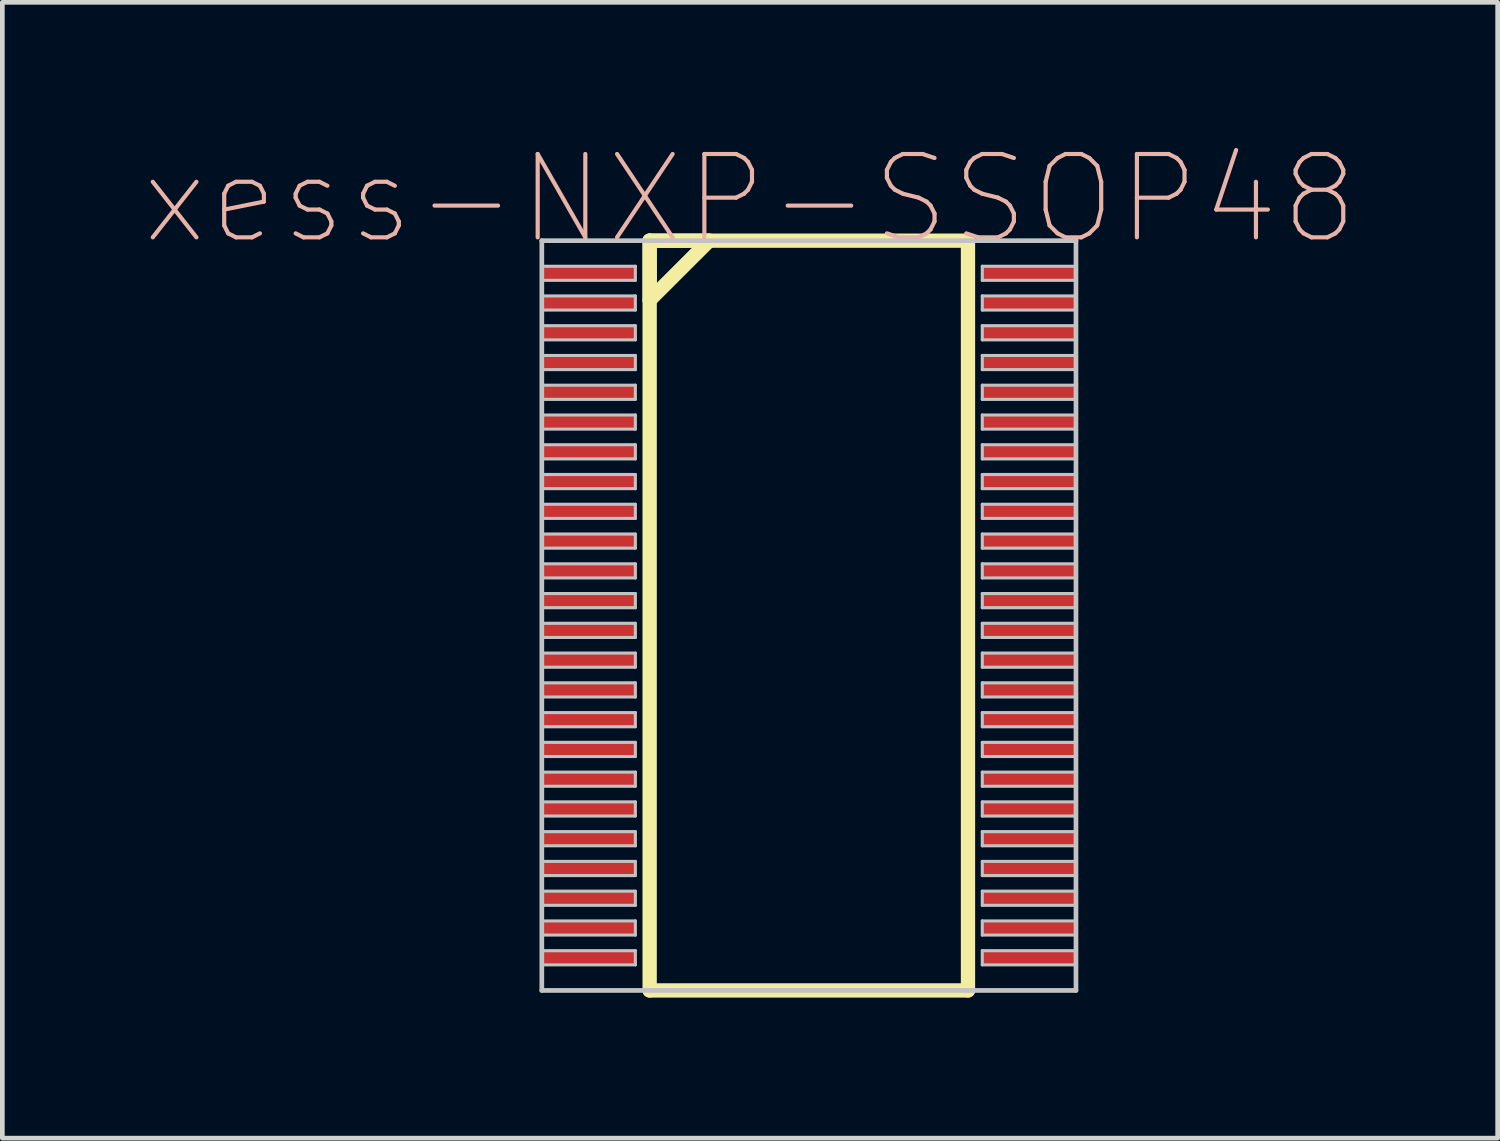
<source format=kicad_pcb>
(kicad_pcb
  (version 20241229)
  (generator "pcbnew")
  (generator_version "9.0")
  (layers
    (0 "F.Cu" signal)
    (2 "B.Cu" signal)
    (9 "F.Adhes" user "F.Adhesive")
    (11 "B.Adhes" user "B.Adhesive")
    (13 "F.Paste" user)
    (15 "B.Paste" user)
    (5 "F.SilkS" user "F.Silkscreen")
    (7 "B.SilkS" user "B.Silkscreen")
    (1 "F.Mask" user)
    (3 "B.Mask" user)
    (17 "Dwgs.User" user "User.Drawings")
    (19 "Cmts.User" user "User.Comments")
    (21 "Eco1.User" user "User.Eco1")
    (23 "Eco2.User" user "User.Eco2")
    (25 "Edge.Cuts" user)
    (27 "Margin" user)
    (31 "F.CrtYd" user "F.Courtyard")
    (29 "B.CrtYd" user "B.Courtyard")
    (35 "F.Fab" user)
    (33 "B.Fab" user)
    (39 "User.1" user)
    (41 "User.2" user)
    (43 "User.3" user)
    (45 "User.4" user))
  (footprint "xess-NXP-SSOP48"
    (layer "F.Cu")
    (at 9.508 2.781)
    (property "Reference" "xess-NXP-SSOP48" (at 3.444 -1.585 0) (layer "B.SilkS") (effects (font (size 1.778 1.778) (thickness 0.089))))
    (attr smd)
    (fp_line (start 1.303 -0.696) (end 1.303 0.572) (stroke (width 0.305) (type solid)) (layer "F.SilkS"))
    (fp_line (start 1.303 -0.696) (end 1.303 15.301) (stroke (width 0.305) (type solid)) (layer "F.SilkS"))
    (fp_line (start 1.303 0.572) (end 2.573 -0.696) (stroke (width 0.305) (type solid)) (layer "F.SilkS"))
    (fp_line (start 1.303 15.301) (end 8.095 15.301) (stroke (width 0.305) (type solid)) (layer "F.SilkS"))
    (fp_line (start 2.573 -0.696) (end 1.303 -0.696) (stroke (width 0.305) (type solid)) (layer "F.SilkS"))
    (fp_line (start 8.095 -0.696) (end 1.303 -0.696) (stroke (width 0.305) (type solid)) (layer "F.SilkS"))
    (fp_line (start 8.095 15.301) (end 8.095 -0.696) (stroke (width 0.305) (type solid)) (layer "F.SilkS"))
    (fp_line (start -0.998 -0.696) (end -0.998 15.301) (stroke (width 0.1) (type solid)) (layer "Dwgs.User"))
    (fp_line (start -0.998 -0.15) (end 0.998 -0.15) (stroke (width 0.066) (type solid)) (layer "Dwgs.User"))
    (fp_line (start -0.998 0.15) (end -0.998 -0.15) (stroke (width 0.066) (type solid)) (layer "Dwgs.User"))
    (fp_line (start -0.998 0.15) (end 0.998 0.15) (stroke (width 0.066) (type solid)) (layer "Dwgs.User"))
    (fp_line (start -0.998 0.483) (end 0.998 0.483) (stroke (width 0.066) (type solid)) (layer "Dwgs.User"))
    (fp_line (start -0.998 0.785) (end -0.998 0.483) (stroke (width 0.066) (type solid)) (layer "Dwgs.User"))
    (fp_line (start -0.998 0.785) (end 0.998 0.785) (stroke (width 0.066) (type solid)) (layer "Dwgs.User"))
    (fp_line (start -0.998 1.118) (end 0.998 1.118) (stroke (width 0.066) (type solid)) (layer "Dwgs.User"))
    (fp_line (start -0.998 1.42) (end -0.998 1.118) (stroke (width 0.066) (type solid)) (layer "Dwgs.User"))
    (fp_line (start -0.998 1.42) (end 0.998 1.42) (stroke (width 0.066) (type solid)) (layer "Dwgs.User"))
    (fp_line (start -0.998 1.753) (end 0.998 1.753) (stroke (width 0.066) (type solid)) (layer "Dwgs.User"))
    (fp_line (start -0.998 2.055) (end -0.998 1.753) (stroke (width 0.066) (type solid)) (layer "Dwgs.User"))
    (fp_line (start -0.998 2.055) (end 0.998 2.055) (stroke (width 0.066) (type solid)) (layer "Dwgs.User"))
    (fp_line (start -0.998 2.388) (end 0.998 2.388) (stroke (width 0.066) (type solid)) (layer "Dwgs.User"))
    (fp_line (start -0.998 2.69) (end -0.998 2.388) (stroke (width 0.066) (type solid)) (layer "Dwgs.User"))
    (fp_line (start -0.998 2.69) (end 0.998 2.69) (stroke (width 0.066) (type solid)) (layer "Dwgs.User"))
    (fp_line (start -0.998 3.023) (end 0.998 3.023) (stroke (width 0.066) (type solid)) (layer "Dwgs.User"))
    (fp_line (start -0.998 3.325) (end -0.998 3.023) (stroke (width 0.066) (type solid)) (layer "Dwgs.User"))
    (fp_line (start -0.998 3.325) (end 0.998 3.325) (stroke (width 0.066) (type solid)) (layer "Dwgs.User"))
    (fp_line (start -0.998 3.658) (end 0.998 3.658) (stroke (width 0.066) (type solid)) (layer "Dwgs.User"))
    (fp_line (start -0.998 3.96) (end -0.998 3.658) (stroke (width 0.066) (type solid)) (layer "Dwgs.User"))
    (fp_line (start -0.998 3.96) (end 0.998 3.96) (stroke (width 0.066) (type solid)) (layer "Dwgs.User"))
    (fp_line (start -0.998 4.293) (end 0.998 4.293) (stroke (width 0.066) (type solid)) (layer "Dwgs.User"))
    (fp_line (start -0.998 4.595) (end -0.998 4.293) (stroke (width 0.066) (type solid)) (layer "Dwgs.User"))
    (fp_line (start -0.998 4.595) (end 0.998 4.595) (stroke (width 0.066) (type solid)) (layer "Dwgs.User"))
    (fp_line (start -0.998 4.928) (end 0.998 4.928) (stroke (width 0.066) (type solid)) (layer "Dwgs.User"))
    (fp_line (start -0.998 5.23) (end -0.998 4.928) (stroke (width 0.066) (type solid)) (layer "Dwgs.User"))
    (fp_line (start -0.998 5.23) (end 0.998 5.23) (stroke (width 0.066) (type solid)) (layer "Dwgs.User"))
    (fp_line (start -0.998 5.563) (end 0.998 5.563) (stroke (width 0.066) (type solid)) (layer "Dwgs.User"))
    (fp_line (start -0.998 5.865) (end -0.998 5.563) (stroke (width 0.066) (type solid)) (layer "Dwgs.User"))
    (fp_line (start -0.998 5.865) (end 0.998 5.865) (stroke (width 0.066) (type solid)) (layer "Dwgs.User"))
    (fp_line (start -0.998 6.198) (end 0.998 6.198) (stroke (width 0.066) (type solid)) (layer "Dwgs.User"))
    (fp_line (start -0.998 6.5) (end -0.998 6.198) (stroke (width 0.066) (type solid)) (layer "Dwgs.User"))
    (fp_line (start -0.998 6.5) (end 0.998 6.5) (stroke (width 0.066) (type solid)) (layer "Dwgs.User"))
    (fp_line (start -0.998 6.833) (end 0.998 6.833) (stroke (width 0.066) (type solid)) (layer "Dwgs.User"))
    (fp_line (start -0.998 7.135) (end -0.998 6.833) (stroke (width 0.066) (type solid)) (layer "Dwgs.User"))
    (fp_line (start -0.998 7.135) (end 0.998 7.135) (stroke (width 0.066) (type solid)) (layer "Dwgs.User"))
    (fp_line (start -0.998 7.468) (end 0.998 7.468) (stroke (width 0.066) (type solid)) (layer "Dwgs.User"))
    (fp_line (start -0.998 7.77) (end -0.998 7.468) (stroke (width 0.066) (type solid)) (layer "Dwgs.User"))
    (fp_line (start -0.998 7.77) (end 0.998 7.77) (stroke (width 0.066) (type solid)) (layer "Dwgs.User"))
    (fp_line (start -0.998 8.103) (end 0.998 8.103) (stroke (width 0.066) (type solid)) (layer "Dwgs.User"))
    (fp_line (start -0.998 8.405) (end -0.998 8.103) (stroke (width 0.066) (type solid)) (layer "Dwgs.User"))
    (fp_line (start -0.998 8.405) (end 0.998 8.405) (stroke (width 0.066) (type solid)) (layer "Dwgs.User"))
    (fp_line (start -0.998 8.738) (end 0.998 8.738) (stroke (width 0.066) (type solid)) (layer "Dwgs.User"))
    (fp_line (start -0.998 9.04) (end -0.998 8.738) (stroke (width 0.066) (type solid)) (layer "Dwgs.User"))
    (fp_line (start -0.998 9.04) (end 0.998 9.04) (stroke (width 0.066) (type solid)) (layer "Dwgs.User"))
    (fp_line (start -0.998 9.373) (end 0.998 9.373) (stroke (width 0.066) (type solid)) (layer "Dwgs.User"))
    (fp_line (start -0.998 9.675) (end -0.998 9.373) (stroke (width 0.066) (type solid)) (layer "Dwgs.User"))
    (fp_line (start -0.998 9.675) (end 0.998 9.675) (stroke (width 0.066) (type solid)) (layer "Dwgs.User"))
    (fp_line (start -0.998 10.008) (end 0.998 10.008) (stroke (width 0.066) (type solid)) (layer "Dwgs.User"))
    (fp_line (start -0.998 10.31) (end -0.998 10.008) (stroke (width 0.066) (type solid)) (layer "Dwgs.User"))
    (fp_line (start -0.998 10.31) (end 0.998 10.31) (stroke (width 0.066) (type solid)) (layer "Dwgs.User"))
    (fp_line (start -0.998 10.643) (end 0.998 10.643) (stroke (width 0.066) (type solid)) (layer "Dwgs.User"))
    (fp_line (start -0.998 10.945) (end -0.998 10.643) (stroke (width 0.066) (type solid)) (layer "Dwgs.User"))
    (fp_line (start -0.998 10.945) (end 0.998 10.945) (stroke (width 0.066) (type solid)) (layer "Dwgs.User"))
    (fp_line (start -0.998 11.278) (end 0.998 11.278) (stroke (width 0.066) (type solid)) (layer "Dwgs.User"))
    (fp_line (start -0.998 11.58) (end -0.998 11.278) (stroke (width 0.066) (type solid)) (layer "Dwgs.User"))
    (fp_line (start -0.998 11.58) (end 0.998 11.58) (stroke (width 0.066) (type solid)) (layer "Dwgs.User"))
    (fp_line (start -0.998 11.913) (end 0.998 11.913) (stroke (width 0.066) (type solid)) (layer "Dwgs.User"))
    (fp_line (start -0.998 12.215) (end -0.998 11.913) (stroke (width 0.066) (type solid)) (layer "Dwgs.User"))
    (fp_line (start -0.998 12.215) (end 0.998 12.215) (stroke (width 0.066) (type solid)) (layer "Dwgs.User"))
    (fp_line (start -0.998 12.548) (end 0.998 12.548) (stroke (width 0.066) (type solid)) (layer "Dwgs.User"))
    (fp_line (start -0.998 12.85) (end -0.998 12.548) (stroke (width 0.066) (type solid)) (layer "Dwgs.User"))
    (fp_line (start -0.998 12.85) (end 0.998 12.85) (stroke (width 0.066) (type solid)) (layer "Dwgs.User"))
    (fp_line (start -0.998 13.183) (end 0.998 13.183) (stroke (width 0.066) (type solid)) (layer "Dwgs.User"))
    (fp_line (start -0.998 13.485) (end -0.998 13.183) (stroke (width 0.066) (type solid)) (layer "Dwgs.User"))
    (fp_line (start -0.998 13.485) (end 0.998 13.485) (stroke (width 0.066) (type solid)) (layer "Dwgs.User"))
    (fp_line (start -0.998 13.818) (end 0.998 13.818) (stroke (width 0.066) (type solid)) (layer "Dwgs.User"))
    (fp_line (start -0.998 14.12) (end -0.998 13.818) (stroke (width 0.066) (type solid)) (layer "Dwgs.User"))
    (fp_line (start -0.998 14.12) (end 0.998 14.12) (stroke (width 0.066) (type solid)) (layer "Dwgs.User"))
    (fp_line (start -0.998 14.453) (end 0.998 14.453) (stroke (width 0.066) (type solid)) (layer "Dwgs.User"))
    (fp_line (start -0.998 14.755) (end -0.998 14.453) (stroke (width 0.066) (type solid)) (layer "Dwgs.User"))
    (fp_line (start -0.998 14.755) (end 0.998 14.755) (stroke (width 0.066) (type solid)) (layer "Dwgs.User"))
    (fp_line (start -0.998 15.301) (end 10.399 15.301) (stroke (width 0.1) (type solid)) (layer "Dwgs.User"))
    (fp_line (start 0.998 0.15) (end 0.998 -0.15) (stroke (width 0.066) (type solid)) (layer "Dwgs.User"))
    (fp_line (start 0.998 0.785) (end 0.998 0.483) (stroke (width 0.066) (type solid)) (layer "Dwgs.User"))
    (fp_line (start 0.998 1.42) (end 0.998 1.118) (stroke (width 0.066) (type solid)) (layer "Dwgs.User"))
    (fp_line (start 0.998 2.055) (end 0.998 1.753) (stroke (width 0.066) (type solid)) (layer "Dwgs.User"))
    (fp_line (start 0.998 2.69) (end 0.998 2.388) (stroke (width 0.066) (type solid)) (layer "Dwgs.User"))
    (fp_line (start 0.998 3.325) (end 0.998 3.023) (stroke (width 0.066) (type solid)) (layer "Dwgs.User"))
    (fp_line (start 0.998 3.96) (end 0.998 3.658) (stroke (width 0.066) (type solid)) (layer "Dwgs.User"))
    (fp_line (start 0.998 4.595) (end 0.998 4.293) (stroke (width 0.066) (type solid)) (layer "Dwgs.User"))
    (fp_line (start 0.998 5.23) (end 0.998 4.928) (stroke (width 0.066) (type solid)) (layer "Dwgs.User"))
    (fp_line (start 0.998 5.865) (end 0.998 5.563) (stroke (width 0.066) (type solid)) (layer "Dwgs.User"))
    (fp_line (start 0.998 6.5) (end 0.998 6.198) (stroke (width 0.066) (type solid)) (layer "Dwgs.User"))
    (fp_line (start 0.998 7.135) (end 0.998 6.833) (stroke (width 0.066) (type solid)) (layer "Dwgs.User"))
    (fp_line (start 0.998 7.77) (end 0.998 7.468) (stroke (width 0.066) (type solid)) (layer "Dwgs.User"))
    (fp_line (start 0.998 8.405) (end 0.998 8.103) (stroke (width 0.066) (type solid)) (layer "Dwgs.User"))
    (fp_line (start 0.998 9.04) (end 0.998 8.738) (stroke (width 0.066) (type solid)) (layer "Dwgs.User"))
    (fp_line (start 0.998 9.675) (end 0.998 9.373) (stroke (width 0.066) (type solid)) (layer "Dwgs.User"))
    (fp_line (start 0.998 10.31) (end 0.998 10.008) (stroke (width 0.066) (type solid)) (layer "Dwgs.User"))
    (fp_line (start 0.998 10.945) (end 0.998 10.643) (stroke (width 0.066) (type solid)) (layer "Dwgs.User"))
    (fp_line (start 0.998 11.58) (end 0.998 11.278) (stroke (width 0.066) (type solid)) (layer "Dwgs.User"))
    (fp_line (start 0.998 12.215) (end 0.998 11.913) (stroke (width 0.066) (type solid)) (layer "Dwgs.User"))
    (fp_line (start 0.998 12.85) (end 0.998 12.548) (stroke (width 0.066) (type solid)) (layer "Dwgs.User"))
    (fp_line (start 0.998 13.485) (end 0.998 13.183) (stroke (width 0.066) (type solid)) (layer "Dwgs.User"))
    (fp_line (start 0.998 14.12) (end 0.998 13.818) (stroke (width 0.066) (type solid)) (layer "Dwgs.User"))
    (fp_line (start 0.998 14.755) (end 0.998 14.453) (stroke (width 0.066) (type solid)) (layer "Dwgs.User"))
    (fp_line (start 8.4 -0.15) (end 10.399 -0.15) (stroke (width 0.066) (type solid)) (layer "Dwgs.User"))
    (fp_line (start 8.4 0.15) (end 8.4 -0.15) (stroke (width 0.066) (type solid)) (layer "Dwgs.User"))
    (fp_line (start 8.4 0.15) (end 10.399 0.15) (stroke (width 0.066) (type solid)) (layer "Dwgs.User"))
    (fp_line (start 8.4 0.483) (end 10.399 0.483) (stroke (width 0.066) (type solid)) (layer "Dwgs.User"))
    (fp_line (start 8.4 0.785) (end 8.4 0.483) (stroke (width 0.066) (type solid)) (layer "Dwgs.User"))
    (fp_line (start 8.4 0.785) (end 10.399 0.785) (stroke (width 0.066) (type solid)) (layer "Dwgs.User"))
    (fp_line (start 8.4 1.118) (end 10.399 1.118) (stroke (width 0.066) (type solid)) (layer "Dwgs.User"))
    (fp_line (start 8.4 1.42) (end 8.4 1.118) (stroke (width 0.066) (type solid)) (layer "Dwgs.User"))
    (fp_line (start 8.4 1.42) (end 10.399 1.42) (stroke (width 0.066) (type solid)) (layer "Dwgs.User"))
    (fp_line (start 8.4 1.753) (end 10.399 1.753) (stroke (width 0.066) (type solid)) (layer "Dwgs.User"))
    (fp_line (start 8.4 2.055) (end 8.4 1.753) (stroke (width 0.066) (type solid)) (layer "Dwgs.User"))
    (fp_line (start 8.4 2.055) (end 10.399 2.055) (stroke (width 0.066) (type solid)) (layer "Dwgs.User"))
    (fp_line (start 8.4 2.388) (end 10.399 2.388) (stroke (width 0.066) (type solid)) (layer "Dwgs.User"))
    (fp_line (start 8.4 2.69) (end 8.4 2.388) (stroke (width 0.066) (type solid)) (layer "Dwgs.User"))
    (fp_line (start 8.4 2.69) (end 10.399 2.69) (stroke (width 0.066) (type solid)) (layer "Dwgs.User"))
    (fp_line (start 8.4 3.023) (end 10.399 3.023) (stroke (width 0.066) (type solid)) (layer "Dwgs.User"))
    (fp_line (start 8.4 3.325) (end 8.4 3.023) (stroke (width 0.066) (type solid)) (layer "Dwgs.User"))
    (fp_line (start 8.4 3.325) (end 10.399 3.325) (stroke (width 0.066) (type solid)) (layer "Dwgs.User"))
    (fp_line (start 8.4 3.658) (end 10.399 3.658) (stroke (width 0.066) (type solid)) (layer "Dwgs.User"))
    (fp_line (start 8.4 3.96) (end 8.4 3.658) (stroke (width 0.066) (type solid)) (layer "Dwgs.User"))
    (fp_line (start 8.4 3.96) (end 10.399 3.96) (stroke (width 0.066) (type solid)) (layer "Dwgs.User"))
    (fp_line (start 8.4 4.293) (end 10.399 4.293) (stroke (width 0.066) (type solid)) (layer "Dwgs.User"))
    (fp_line (start 8.4 4.595) (end 8.4 4.293) (stroke (width 0.066) (type solid)) (layer "Dwgs.User"))
    (fp_line (start 8.4 4.595) (end 10.399 4.595) (stroke (width 0.066) (type solid)) (layer "Dwgs.User"))
    (fp_line (start 8.4 4.928) (end 10.399 4.928) (stroke (width 0.066) (type solid)) (layer "Dwgs.User"))
    (fp_line (start 8.4 5.23) (end 8.4 4.928) (stroke (width 0.066) (type solid)) (layer "Dwgs.User"))
    (fp_line (start 8.4 5.23) (end 10.399 5.23) (stroke (width 0.066) (type solid)) (layer "Dwgs.User"))
    (fp_line (start 8.4 5.563) (end 10.399 5.563) (stroke (width 0.066) (type solid)) (layer "Dwgs.User"))
    (fp_line (start 8.4 5.865) (end 8.4 5.563) (stroke (width 0.066) (type solid)) (layer "Dwgs.User"))
    (fp_line (start 8.4 5.865) (end 10.399 5.865) (stroke (width 0.066) (type solid)) (layer "Dwgs.User"))
    (fp_line (start 8.4 6.198) (end 10.399 6.198) (stroke (width 0.066) (type solid)) (layer "Dwgs.User"))
    (fp_line (start 8.4 6.5) (end 8.4 6.198) (stroke (width 0.066) (type solid)) (layer "Dwgs.User"))
    (fp_line (start 8.4 6.5) (end 10.399 6.5) (stroke (width 0.066) (type solid)) (layer "Dwgs.User"))
    (fp_line (start 8.4 6.833) (end 10.399 6.833) (stroke (width 0.066) (type solid)) (layer "Dwgs.User"))
    (fp_line (start 8.4 7.135) (end 8.4 6.833) (stroke (width 0.066) (type solid)) (layer "Dwgs.User"))
    (fp_line (start 8.4 7.135) (end 10.399 7.135) (stroke (width 0.066) (type solid)) (layer "Dwgs.User"))
    (fp_line (start 8.4 7.468) (end 10.399 7.468) (stroke (width 0.066) (type solid)) (layer "Dwgs.User"))
    (fp_line (start 8.4 7.77) (end 8.4 7.468) (stroke (width 0.066) (type solid)) (layer "Dwgs.User"))
    (fp_line (start 8.4 7.77) (end 10.399 7.77) (stroke (width 0.066) (type solid)) (layer "Dwgs.User"))
    (fp_line (start 8.4 8.103) (end 10.399 8.103) (stroke (width 0.066) (type solid)) (layer "Dwgs.User"))
    (fp_line (start 8.4 8.405) (end 8.4 8.103) (stroke (width 0.066) (type solid)) (layer "Dwgs.User"))
    (fp_line (start 8.4 8.405) (end 10.399 8.405) (stroke (width 0.066) (type solid)) (layer "Dwgs.User"))
    (fp_line (start 8.4 8.738) (end 10.399 8.738) (stroke (width 0.066) (type solid)) (layer "Dwgs.User"))
    (fp_line (start 8.4 9.04) (end 8.4 8.738) (stroke (width 0.066) (type solid)) (layer "Dwgs.User"))
    (fp_line (start 8.4 9.04) (end 10.399 9.04) (stroke (width 0.066) (type solid)) (layer "Dwgs.User"))
    (fp_line (start 8.4 9.373) (end 10.399 9.373) (stroke (width 0.066) (type solid)) (layer "Dwgs.User"))
    (fp_line (start 8.4 9.675) (end 8.4 9.373) (stroke (width 0.066) (type solid)) (layer "Dwgs.User"))
    (fp_line (start 8.4 9.675) (end 10.399 9.675) (stroke (width 0.066) (type solid)) (layer "Dwgs.User"))
    (fp_line (start 8.4 10.008) (end 10.399 10.008) (stroke (width 0.066) (type solid)) (layer "Dwgs.User"))
    (fp_line (start 8.4 10.31) (end 8.4 10.008) (stroke (width 0.066) (type solid)) (layer "Dwgs.User"))
    (fp_line (start 8.4 10.31) (end 10.399 10.31) (stroke (width 0.066) (type solid)) (layer "Dwgs.User"))
    (fp_line (start 8.4 10.643) (end 10.399 10.643) (stroke (width 0.066) (type solid)) (layer "Dwgs.User"))
    (fp_line (start 8.4 10.945) (end 8.4 10.643) (stroke (width 0.066) (type solid)) (layer "Dwgs.User"))
    (fp_line (start 8.4 10.945) (end 10.399 10.945) (stroke (width 0.066) (type solid)) (layer "Dwgs.User"))
    (fp_line (start 8.4 11.278) (end 10.399 11.278) (stroke (width 0.066) (type solid)) (layer "Dwgs.User"))
    (fp_line (start 8.4 11.58) (end 8.4 11.278) (stroke (width 0.066) (type solid)) (layer "Dwgs.User"))
    (fp_line (start 8.4 11.58) (end 10.399 11.58) (stroke (width 0.066) (type solid)) (layer "Dwgs.User"))
    (fp_line (start 8.4 11.913) (end 10.399 11.913) (stroke (width 0.066) (type solid)) (layer "Dwgs.User"))
    (fp_line (start 8.4 12.215) (end 8.4 11.913) (stroke (width 0.066) (type solid)) (layer "Dwgs.User"))
    (fp_line (start 8.4 12.215) (end 10.399 12.215) (stroke (width 0.066) (type solid)) (layer "Dwgs.User"))
    (fp_line (start 8.4 12.548) (end 10.399 12.548) (stroke (width 0.066) (type solid)) (layer "Dwgs.User"))
    (fp_line (start 8.4 12.85) (end 8.4 12.548) (stroke (width 0.066) (type solid)) (layer "Dwgs.User"))
    (fp_line (start 8.4 12.85) (end 10.399 12.85) (stroke (width 0.066) (type solid)) (layer "Dwgs.User"))
    (fp_line (start 8.4 13.183) (end 10.399 13.183) (stroke (width 0.066) (type solid)) (layer "Dwgs.User"))
    (fp_line (start 8.4 13.485) (end 8.4 13.183) (stroke (width 0.066) (type solid)) (layer "Dwgs.User"))
    (fp_line (start 8.4 13.485) (end 10.399 13.485) (stroke (width 0.066) (type solid)) (layer "Dwgs.User"))
    (fp_line (start 8.4 13.818) (end 10.399 13.818) (stroke (width 0.066) (type solid)) (layer "Dwgs.User"))
    (fp_line (start 8.4 14.12) (end 8.4 13.818) (stroke (width 0.066) (type solid)) (layer "Dwgs.User"))
    (fp_line (start 8.4 14.12) (end 10.399 14.12) (stroke (width 0.066) (type solid)) (layer "Dwgs.User"))
    (fp_line (start 8.4 14.453) (end 10.399 14.453) (stroke (width 0.066) (type solid)) (layer "Dwgs.User"))
    (fp_line (start 8.4 14.755) (end 8.4 14.453) (stroke (width 0.066) (type solid)) (layer "Dwgs.User"))
    (fp_line (start 8.4 14.755) (end 10.399 14.755) (stroke (width 0.066) (type solid)) (layer "Dwgs.User"))
    (fp_line (start 10.399 -0.696) (end -0.998 -0.696) (stroke (width 0.1) (type solid)) (layer "Dwgs.User"))
    (fp_line (start 10.399 0.15) (end 10.399 -0.15) (stroke (width 0.066) (type solid)) (layer "Dwgs.User"))
    (fp_line (start 10.399 0.785) (end 10.399 0.483) (stroke (width 0.066) (type solid)) (layer "Dwgs.User"))
    (fp_line (start 10.399 1.42) (end 10.399 1.118) (stroke (width 0.066) (type solid)) (layer "Dwgs.User"))
    (fp_line (start 10.399 2.055) (end 10.399 1.753) (stroke (width 0.066) (type solid)) (layer "Dwgs.User"))
    (fp_line (start 10.399 2.69) (end 10.399 2.388) (stroke (width 0.066) (type solid)) (layer "Dwgs.User"))
    (fp_line (start 10.399 3.325) (end 10.399 3.023) (stroke (width 0.066) (type solid)) (layer "Dwgs.User"))
    (fp_line (start 10.399 3.96) (end 10.399 3.658) (stroke (width 0.066) (type solid)) (layer "Dwgs.User"))
    (fp_line (start 10.399 4.595) (end 10.399 4.293) (stroke (width 0.066) (type solid)) (layer "Dwgs.User"))
    (fp_line (start 10.399 5.23) (end 10.399 4.928) (stroke (width 0.066) (type solid)) (layer "Dwgs.User"))
    (fp_line (start 10.399 5.865) (end 10.399 5.563) (stroke (width 0.066) (type solid)) (layer "Dwgs.User"))
    (fp_line (start 10.399 6.5) (end 10.399 6.198) (stroke (width 0.066) (type solid)) (layer "Dwgs.User"))
    (fp_line (start 10.399 7.135) (end 10.399 6.833) (stroke (width 0.066) (type solid)) (layer "Dwgs.User"))
    (fp_line (start 10.399 7.77) (end 10.399 7.468) (stroke (width 0.066) (type solid)) (layer "Dwgs.User"))
    (fp_line (start 10.399 8.405) (end 10.399 8.103) (stroke (width 0.066) (type solid)) (layer "Dwgs.User"))
    (fp_line (start 10.399 9.04) (end 10.399 8.738) (stroke (width 0.066) (type solid)) (layer "Dwgs.User"))
    (fp_line (start 10.399 9.675) (end 10.399 9.373) (stroke (width 0.066) (type solid)) (layer "Dwgs.User"))
    (fp_line (start 10.399 10.31) (end 10.399 10.008) (stroke (width 0.066) (type solid)) (layer "Dwgs.User"))
    (fp_line (start 10.399 10.945) (end 10.399 10.643) (stroke (width 0.066) (type solid)) (layer "Dwgs.User"))
    (fp_line (start 10.399 11.58) (end 10.399 11.278) (stroke (width 0.066) (type solid)) (layer "Dwgs.User"))
    (fp_line (start 10.399 12.215) (end 10.399 11.913) (stroke (width 0.066) (type solid)) (layer "Dwgs.User"))
    (fp_line (start 10.399 12.85) (end 10.399 12.548) (stroke (width 0.066) (type solid)) (layer "Dwgs.User"))
    (fp_line (start 10.399 13.485) (end 10.399 13.183) (stroke (width 0.066) (type solid)) (layer "Dwgs.User"))
    (fp_line (start 10.399 14.12) (end 10.399 13.818) (stroke (width 0.066) (type solid)) (layer "Dwgs.User"))
    (fp_line (start 10.399 14.755) (end 10.399 14.453) (stroke (width 0.066) (type solid)) (layer "Dwgs.User"))
    (fp_line (start 10.399 15.301) (end 10.399 -0.696) (stroke (width 0.1) (type solid)) (layer "Dwgs.User"))
    (pad "1" smd rect (at 0 0) (size 1.999 0.3) (layers "F.Cu" "F.Mask" "F.Paste"))
    (pad "2" smd rect (at 0 0.635) (size 1.999 0.3) (layers "F.Cu" "F.Mask" "F.Paste"))
    (pad "3" smd rect (at 0 1.27) (size 1.999 0.3) (layers "F.Cu" "F.Mask" "F.Paste"))
    (pad "4" smd rect (at 0 1.905) (size 1.999 0.3) (layers "F.Cu" "F.Mask" "F.Paste"))
    (pad "5" smd rect (at 0 2.54) (size 1.999 0.3) (layers "F.Cu" "F.Mask" "F.Paste"))
    (pad "6" smd rect (at 0 3.175) (size 1.999 0.3) (layers "F.Cu" "F.Mask" "F.Paste"))
    (pad "7" smd rect (at 0 3.81) (size 1.999 0.3) (layers "F.Cu" "F.Mask" "F.Paste"))
    (pad "8" smd rect (at 0 4.445) (size 1.999 0.3) (layers "F.Cu" "F.Mask" "F.Paste"))
    (pad "9" smd rect (at 0 5.08) (size 1.999 0.3) (layers "F.Cu" "F.Mask" "F.Paste"))
    (pad "10" smd rect (at 0 5.715) (size 1.999 0.3) (layers "F.Cu" "F.Mask" "F.Paste"))
    (pad "11" smd rect (at 0 6.35) (size 1.999 0.3) (layers "F.Cu" "F.Mask" "F.Paste"))
    (pad "12" smd rect (at 0 6.985) (size 1.999 0.3) (layers "F.Cu" "F.Mask" "F.Paste"))
    (pad "13" smd rect (at 0 7.62) (size 1.999 0.3) (layers "F.Cu" "F.Mask" "F.Paste"))
    (pad "14" smd rect (at 0 8.255) (size 1.999 0.3) (layers "F.Cu" "F.Mask" "F.Paste"))
    (pad "15" smd rect (at 0 8.89) (size 1.999 0.3) (layers "F.Cu" "F.Mask" "F.Paste"))
    (pad "16" smd rect (at 0 9.525) (size 1.999 0.3) (layers "F.Cu" "F.Mask" "F.Paste"))
    (pad "17" smd rect (at 0 10.16) (size 1.999 0.3) (layers "F.Cu" "F.Mask" "F.Paste"))
    (pad "18" smd rect (at 0 10.795) (size 1.999 0.3) (layers "F.Cu" "F.Mask" "F.Paste"))
    (pad "19" smd rect (at 0 11.43) (size 1.999 0.3) (layers "F.Cu" "F.Mask" "F.Paste"))
    (pad "20" smd rect (at 0 12.065) (size 1.999 0.3) (layers "F.Cu" "F.Mask" "F.Paste"))
    (pad "21" smd rect (at 0 12.7) (size 1.999 0.3) (layers "F.Cu" "F.Mask" "F.Paste"))
    (pad "22" smd rect (at 0 13.335) (size 1.999 0.3) (layers "F.Cu" "F.Mask" "F.Paste"))
    (pad "23" smd rect (at 0 13.97) (size 1.999 0.3) (layers "F.Cu" "F.Mask" "F.Paste"))
    (pad "24" smd rect (at 0 14.605) (size 1.999 0.3) (layers "F.Cu" "F.Mask" "F.Paste"))
    (pad "25" smd rect (at 9.398 14.605) (size 1.999 0.3) (layers "F.Cu" "F.Mask" "F.Paste"))
    (pad "26" smd rect (at 9.398 13.97) (size 1.999 0.3) (layers "F.Cu" "F.Mask" "F.Paste"))
    (pad "27" smd rect (at 9.398 13.335) (size 1.999 0.3) (layers "F.Cu" "F.Mask" "F.Paste"))
    (pad "28" smd rect (at 9.398 12.7) (size 1.999 0.3) (layers "F.Cu" "F.Mask" "F.Paste"))
    (pad "29" smd rect (at 9.398 12.065) (size 1.999 0.3) (layers "F.Cu" "F.Mask" "F.Paste"))
    (pad "30" smd rect (at 9.398 11.43) (size 1.999 0.3) (layers "F.Cu" "F.Mask" "F.Paste"))
    (pad "31" smd rect (at 9.398 10.795) (size 1.999 0.3) (layers "F.Cu" "F.Mask" "F.Paste"))
    (pad "32" smd rect (at 9.398 10.16) (size 1.999 0.3) (layers "F.Cu" "F.Mask" "F.Paste"))
    (pad "33" smd rect (at 9.398 9.525) (size 1.999 0.3) (layers "F.Cu" "F.Mask" "F.Paste"))
    (pad "34" smd rect (at 9.398 8.89) (size 1.999 0.3) (layers "F.Cu" "F.Mask" "F.Paste"))
    (pad "35" smd rect (at 9.398 8.255) (size 1.999 0.3) (layers "F.Cu" "F.Mask" "F.Paste"))
    (pad "36" smd rect (at 9.398 7.62) (size 1.999 0.3) (layers "F.Cu" "F.Mask" "F.Paste"))
    (pad "37" smd rect (at 9.398 6.985) (size 1.999 0.3) (layers "F.Cu" "F.Mask" "F.Paste"))
    (pad "38" smd rect (at 9.398 6.35) (size 1.999 0.3) (layers "F.Cu" "F.Mask" "F.Paste"))
    (pad "39" smd rect (at 9.398 5.715) (size 1.999 0.3) (layers "F.Cu" "F.Mask" "F.Paste"))
    (pad "40" smd rect (at 9.398 5.08) (size 1.999 0.3) (layers "F.Cu" "F.Mask" "F.Paste"))
    (pad "41" smd rect (at 9.398 4.445) (size 1.999 0.3) (layers "F.Cu" "F.Mask" "F.Paste"))
    (pad "42" smd rect (at 9.398 3.81) (size 1.999 0.3) (layers "F.Cu" "F.Mask" "F.Paste"))
    (pad "43" smd rect (at 9.398 3.175) (size 1.999 0.3) (layers "F.Cu" "F.Mask" "F.Paste"))
    (pad "44" smd rect (at 9.398 2.54) (size 1.999 0.3) (layers "F.Cu" "F.Mask" "F.Paste"))
    (pad "45" smd rect (at 9.398 1.905) (size 1.999 0.3) (layers "F.Cu" "F.Mask" "F.Paste"))
    (pad "46" smd rect (at 9.398 1.27) (size 1.999 0.3) (layers "F.Cu" "F.Mask" "F.Paste"))
    (pad "47" smd rect (at 9.398 0.635) (size 1.999 0.3) (layers "F.Cu" "F.Mask" "F.Paste"))
    (pad "48" smd rect (at 9.398 0) (size 1.999 0.3) (layers "F.Cu" "F.Mask" "F.Paste")))
  (gr_rect
    (start -3 -3)
    (end 28.904 21.234)
    (stroke (width 0.1) (type default))
    (fill no)
    (layer "Edge.Cuts")))
</source>
